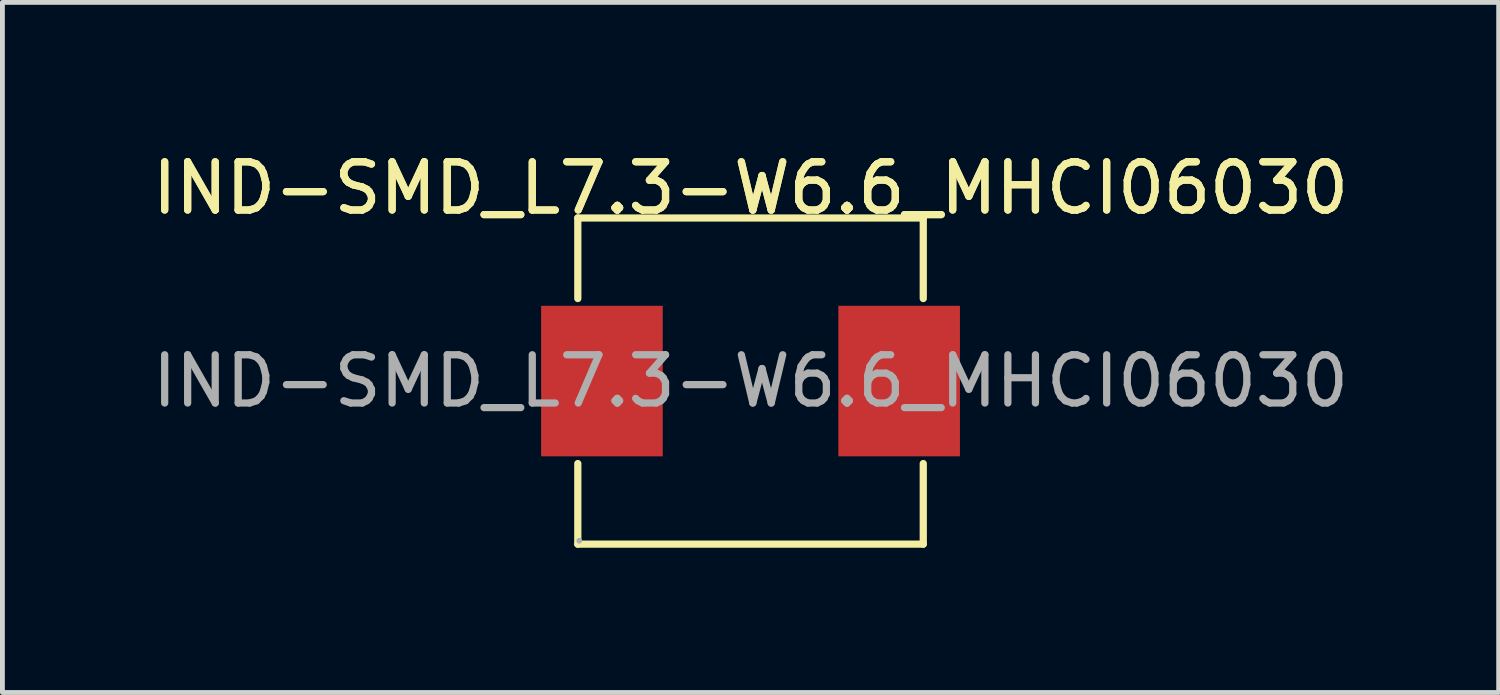
<source format=kicad_pcb>
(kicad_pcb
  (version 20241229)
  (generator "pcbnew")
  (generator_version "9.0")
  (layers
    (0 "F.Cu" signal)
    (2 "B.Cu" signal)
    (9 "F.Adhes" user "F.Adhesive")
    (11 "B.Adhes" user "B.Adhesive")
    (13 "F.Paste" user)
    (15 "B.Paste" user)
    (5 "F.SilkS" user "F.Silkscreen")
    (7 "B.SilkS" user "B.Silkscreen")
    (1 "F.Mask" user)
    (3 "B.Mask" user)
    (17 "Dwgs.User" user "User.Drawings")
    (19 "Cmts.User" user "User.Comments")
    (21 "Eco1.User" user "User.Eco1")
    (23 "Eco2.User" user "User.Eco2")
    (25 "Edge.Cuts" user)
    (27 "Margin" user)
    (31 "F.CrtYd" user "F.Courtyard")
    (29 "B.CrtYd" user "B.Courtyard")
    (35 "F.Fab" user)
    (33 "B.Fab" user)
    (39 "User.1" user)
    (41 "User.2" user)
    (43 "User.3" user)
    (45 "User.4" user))
  (footprint "IND-SMD_L7.3-W6.6_MHCI06030"
    (layer "F.Cu")
    (at 12.506 4.848)
    (property "Reference" "IND-SMD_L7.3-W6.6_MHCI06030" (at 0 -4 0) (layer "F.SilkS") (effects (font (size 1 1) (thickness 0.15))))
    (attr smd)
    (fp_line (start -3.58 -3.38) (end 3.58 -3.38) (stroke (width 0.15) (type solid)) (layer "F.SilkS"))
    (fp_line (start -3.58 -1.71) (end -3.58 -3.38) (stroke (width 0.15) (type solid)) (layer "F.SilkS"))
    (fp_line (start -3.58 1.71) (end -3.58 3.38) (stroke (width 0.15) (type solid)) (layer "F.SilkS"))
    (fp_line (start -3.58 3.38) (end 3.58 3.38) (stroke (width 0.15) (type solid)) (layer "F.SilkS"))
    (fp_line (start 3.58 -3.38) (end 3.58 -1.71) (stroke (width 0.15) (type solid)) (layer "F.SilkS"))
    (fp_line (start 3.58 3.38) (end 3.58 1.71) (stroke (width 0.15) (type solid)) (layer "F.SilkS"))
    (fp_circle (center -3.55 3.31) (end -3.52 3.31) (stroke (width 0.06) (type solid)) (fill no) (layer "F.Fab"))
    (fp_text user "${REFERENCE}" (at 0 -4 0) (layer "F.SilkS") (effects (font (size 1 1) (thickness 0.15))))
    (fp_text user "${REFERENCE}" (at 0 0 0) (layer "F.Fab") (effects (font (size 1 1) (thickness 0.15))))
    (pad "1" smd rect (at -3.08 0) (size 2.52 3.12) (layers "F.Cu" "F.Mask" "F.Paste"))
    (pad "2" smd rect (at 3.08 0) (size 2.52 3.12) (layers "F.Cu" "F.Mask" "F.Paste")))
  (gr_rect
    (start -3 -3)
    (end 28.012 11.303)
    (stroke (width 0.1) (type default))
    (fill no)
    (layer "Edge.Cuts")))
</source>
